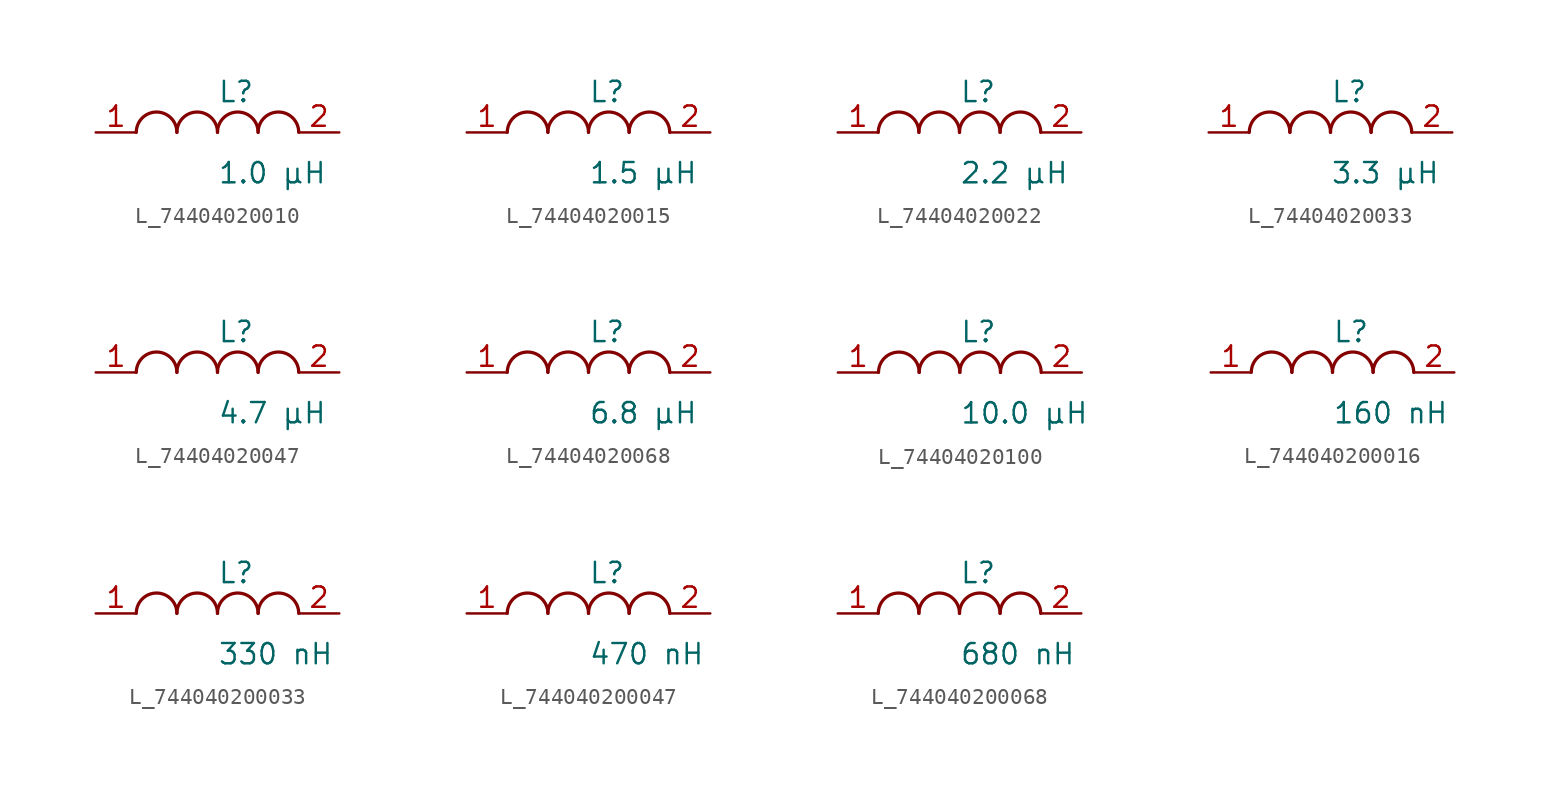
<source format=kicad_sym>
(kicad_symbol_lib
  (version 20231120)
  (generator kicad_symbol_editor)
  (generator_version 8.0)
  (symbol "L_74404020010"
    (pin_names
      (offset 0.254))
    (property "Reference" "L"
      (at 0 2.54 0)
      (effects (font (size 1.27 1.27)) (justify left)))
    (property "Value" "1.0 µH"
      (at 0 -2.54 0)
      (effects (font (size 1.27 1.27)) (justify left)))
    (symbol "L_74404020010_1_1"
      (arc (start -2.54 0.0056) (mid -3.81 1.27) (end -5.08 0.0056) (stroke (width 0.2032) (type default)) (fill (type none)))
      (arc (start 0 0.0056) (mid -1.27 1.27) (end -2.54 0.0056) (stroke (width 0.2032) (type default)) (fill (type none)))
      (arc (start 2.54 0.0056) (mid 1.27 1.27) (end 0 0.0056) (stroke (width 0.2032) (type default)) (fill (type none)))
      (arc (start 5.08 0.0056) (mid 3.81 1.27) (end 2.54 0.0056) (stroke (width 0.2032) (type default)) (fill (type none)))
      (pin passive line (at -7.62 0 0) (length 2.54) (name "" (effects (font (size 1.27 1.27)))) (number "1" (effects (font (size 1.27 1.27)))))
      (pin passive line (at 7.62 0 180) (length 2.54) (name "" (effects (font (size 1.27 1.27)))) (number "2" (effects (font (size 1.27 1.27)))))))
  (symbol "L_74404020015"
    (pin_names
      (offset 0.254))
    (property "Reference" "L"
      (at 0 2.54 0)
      (effects (font (size 1.27 1.27)) (justify left)))
    (property "Value" "1.5 µH"
      (at 0 -2.54 0)
      (effects (font (size 1.27 1.27)) (justify left)))
    (symbol "L_74404020015_1_1"
      (arc (start -2.54 0.0056) (mid -3.81 1.27) (end -5.08 0.0056) (stroke (width 0.2032) (type default)) (fill (type none)))
      (arc (start 0 0.0056) (mid -1.27 1.27) (end -2.54 0.0056) (stroke (width 0.2032) (type default)) (fill (type none)))
      (arc (start 2.54 0.0056) (mid 1.27 1.27) (end 0 0.0056) (stroke (width 0.2032) (type default)) (fill (type none)))
      (arc (start 5.08 0.0056) (mid 3.81 1.27) (end 2.54 0.0056) (stroke (width 0.2032) (type default)) (fill (type none)))
      (pin passive line (at -7.62 0 0) (length 2.54) (name "" (effects (font (size 1.27 1.27)))) (number "1" (effects (font (size 1.27 1.27)))))
      (pin passive line (at 7.62 0 180) (length 2.54) (name "" (effects (font (size 1.27 1.27)))) (number "2" (effects (font (size 1.27 1.27)))))))
  (symbol "L_74404020022"
    (pin_names
      (offset 0.254))
    (property "Reference" "L"
      (at 0 2.54 0)
      (effects (font (size 1.27 1.27)) (justify left)))
    (property "Value" "2.2 µH"
      (at 0 -2.54 0)
      (effects (font (size 1.27 1.27)) (justify left)))
    (symbol "L_74404020022_1_1"
      (arc (start -2.54 0.0056) (mid -3.81 1.27) (end -5.08 0.0056) (stroke (width 0.2032) (type default)) (fill (type none)))
      (arc (start 0 0.0056) (mid -1.27 1.27) (end -2.54 0.0056) (stroke (width 0.2032) (type default)) (fill (type none)))
      (arc (start 2.54 0.0056) (mid 1.27 1.27) (end 0 0.0056) (stroke (width 0.2032) (type default)) (fill (type none)))
      (arc (start 5.08 0.0056) (mid 3.81 1.27) (end 2.54 0.0056) (stroke (width 0.2032) (type default)) (fill (type none)))
      (pin passive line (at -7.62 0 0) (length 2.54) (name "" (effects (font (size 1.27 1.27)))) (number "1" (effects (font (size 1.27 1.27)))))
      (pin passive line (at 7.62 0 180) (length 2.54) (name "" (effects (font (size 1.27 1.27)))) (number "2" (effects (font (size 1.27 1.27)))))))
  (symbol "L_74404020033"
    (pin_names
      (offset 0.254))
    (property "Reference" "L"
      (at 0 2.54 0)
      (effects (font (size 1.27 1.27)) (justify left)))
    (property "Value" "3.3 µH"
      (at 0 -2.54 0)
      (effects (font (size 1.27 1.27)) (justify left)))
    (symbol "L_74404020033_1_1"
      (arc (start -2.54 0.0056) (mid -3.81 1.27) (end -5.08 0.0056) (stroke (width 0.2032) (type default)) (fill (type none)))
      (arc (start 0 0.0056) (mid -1.27 1.27) (end -2.54 0.0056) (stroke (width 0.2032) (type default)) (fill (type none)))
      (arc (start 2.54 0.0056) (mid 1.27 1.27) (end 0 0.0056) (stroke (width 0.2032) (type default)) (fill (type none)))
      (arc (start 5.08 0.0056) (mid 3.81 1.27) (end 2.54 0.0056) (stroke (width 0.2032) (type default)) (fill (type none)))
      (pin passive line (at -7.62 0 0) (length 2.54) (name "" (effects (font (size 1.27 1.27)))) (number "1" (effects (font (size 1.27 1.27)))))
      (pin passive line (at 7.62 0 180) (length 2.54) (name "" (effects (font (size 1.27 1.27)))) (number "2" (effects (font (size 1.27 1.27)))))))
  (symbol "L_74404020047"
    (pin_names
      (offset 0.254))
    (property "Reference" "L"
      (at 0 2.54 0)
      (effects (font (size 1.27 1.27)) (justify left)))
    (property "Value" "4.7 µH"
      (at 0 -2.54 0)
      (effects (font (size 1.27 1.27)) (justify left)))
    (symbol "L_74404020047_1_1"
      (arc (start -2.54 0.0056) (mid -3.81 1.27) (end -5.08 0.0056) (stroke (width 0.2032) (type default)) (fill (type none)))
      (arc (start 0 0.0056) (mid -1.27 1.27) (end -2.54 0.0056) (stroke (width 0.2032) (type default)) (fill (type none)))
      (arc (start 2.54 0.0056) (mid 1.27 1.27) (end 0 0.0056) (stroke (width 0.2032) (type default)) (fill (type none)))
      (arc (start 5.08 0.0056) (mid 3.81 1.27) (end 2.54 0.0056) (stroke (width 0.2032) (type default)) (fill (type none)))
      (pin passive line (at -7.62 0 0) (length 2.54) (name "" (effects (font (size 1.27 1.27)))) (number "1" (effects (font (size 1.27 1.27)))))
      (pin passive line (at 7.62 0 180) (length 2.54) (name "" (effects (font (size 1.27 1.27)))) (number "2" (effects (font (size 1.27 1.27)))))))
  (symbol "L_74404020068"
    (pin_names
      (offset 0.254))
    (property "Reference" "L"
      (at 0 2.54 0)
      (effects (font (size 1.27 1.27)) (justify left)))
    (property "Value" "6.8 µH"
      (at 0 -2.54 0)
      (effects (font (size 1.27 1.27)) (justify left)))
    (symbol "L_74404020068_1_1"
      (arc (start -2.54 0.0056) (mid -3.81 1.27) (end -5.08 0.0056) (stroke (width 0.2032) (type default)) (fill (type none)))
      (arc (start 0 0.0056) (mid -1.27 1.27) (end -2.54 0.0056) (stroke (width 0.2032) (type default)) (fill (type none)))
      (arc (start 2.54 0.0056) (mid 1.27 1.27) (end 0 0.0056) (stroke (width 0.2032) (type default)) (fill (type none)))
      (arc (start 5.08 0.0056) (mid 3.81 1.27) (end 2.54 0.0056) (stroke (width 0.2032) (type default)) (fill (type none)))
      (pin passive line (at -7.62 0 0) (length 2.54) (name "" (effects (font (size 1.27 1.27)))) (number "1" (effects (font (size 1.27 1.27)))))
      (pin passive line (at 7.62 0 180) (length 2.54) (name "" (effects (font (size 1.27 1.27)))) (number "2" (effects (font (size 1.27 1.27)))))))
  (symbol "L_74404020100"
    (pin_names
      (offset 0.254))
    (property "Reference" "L"
      (at 0 2.54 0)
      (effects (font (size 1.27 1.27)) (justify left)))
    (property "Value" "10.0 µH"
      (at 0 -2.54 0)
      (effects (font (size 1.27 1.27)) (justify left)))
    (symbol "L_74404020100_1_1"
      (arc (start -2.54 0.0056) (mid -3.81 1.27) (end -5.08 0.0056) (stroke (width 0.2032) (type default)) (fill (type none)))
      (arc (start 0 0.0056) (mid -1.27 1.27) (end -2.54 0.0056) (stroke (width 0.2032) (type default)) (fill (type none)))
      (arc (start 2.54 0.0056) (mid 1.27 1.27) (end 0 0.0056) (stroke (width 0.2032) (type default)) (fill (type none)))
      (arc (start 5.08 0.0056) (mid 3.81 1.27) (end 2.54 0.0056) (stroke (width 0.2032) (type default)) (fill (type none)))
      (pin passive line (at -7.62 0 0) (length 2.54) (name "" (effects (font (size 1.27 1.27)))) (number "1" (effects (font (size 1.27 1.27)))))
      (pin passive line (at 7.62 0 180) (length 2.54) (name "" (effects (font (size 1.27 1.27)))) (number "2" (effects (font (size 1.27 1.27)))))))
  (symbol "L_744040200016"
    (pin_names
      (offset 0.254))
    (property "Reference" "L"
      (at 0 2.54 0)
      (effects (font (size 1.27 1.27)) (justify left)))
    (property "Value" "160 nH"
      (at 0 -2.54 0)
      (effects (font (size 1.27 1.27)) (justify left)))
    (symbol "L_744040200016_1_1"
      (arc (start -2.54 0.0056) (mid -3.81 1.27) (end -5.08 0.0056) (stroke (width 0.2032) (type default)) (fill (type none)))
      (arc (start 0 0.0056) (mid -1.27 1.27) (end -2.54 0.0056) (stroke (width 0.2032) (type default)) (fill (type none)))
      (arc (start 2.54 0.0056) (mid 1.27 1.27) (end 0 0.0056) (stroke (width 0.2032) (type default)) (fill (type none)))
      (arc (start 5.08 0.0056) (mid 3.81 1.27) (end 2.54 0.0056) (stroke (width 0.2032) (type default)) (fill (type none)))
      (pin passive line (at -7.62 0 0) (length 2.54) (name "" (effects (font (size 1.27 1.27)))) (number "1" (effects (font (size 1.27 1.27)))))
      (pin passive line (at 7.62 0 180) (length 2.54) (name "" (effects (font (size 1.27 1.27)))) (number "2" (effects (font (size 1.27 1.27)))))))
  (symbol "L_744040200033"
    (pin_names
      (offset 0.254))
    (property "Reference" "L"
      (at 0 2.54 0)
      (effects (font (size 1.27 1.27)) (justify left)))
    (property "Value" "330 nH"
      (at 0 -2.54 0)
      (effects (font (size 1.27 1.27)) (justify left)))
    (symbol "L_744040200033_1_1"
      (arc (start -2.54 0.0056) (mid -3.81 1.27) (end -5.08 0.0056) (stroke (width 0.2032) (type default)) (fill (type none)))
      (arc (start 0 0.0056) (mid -1.27 1.27) (end -2.54 0.0056) (stroke (width 0.2032) (type default)) (fill (type none)))
      (arc (start 2.54 0.0056) (mid 1.27 1.27) (end 0 0.0056) (stroke (width 0.2032) (type default)) (fill (type none)))
      (arc (start 5.08 0.0056) (mid 3.81 1.27) (end 2.54 0.0056) (stroke (width 0.2032) (type default)) (fill (type none)))
      (pin passive line (at -7.62 0 0) (length 2.54) (name "" (effects (font (size 1.27 1.27)))) (number "1" (effects (font (size 1.27 1.27)))))
      (pin passive line (at 7.62 0 180) (length 2.54) (name "" (effects (font (size 1.27 1.27)))) (number "2" (effects (font (size 1.27 1.27)))))))
  (symbol "L_744040200047"
    (pin_names
      (offset 0.254))
    (property "Reference" "L"
      (at 0 2.54 0)
      (effects (font (size 1.27 1.27)) (justify left)))
    (property "Value" "470 nH"
      (at 0 -2.54 0)
      (effects (font (size 1.27 1.27)) (justify left)))
    (symbol "L_744040200047_1_1"
      (arc (start -2.54 0.0056) (mid -3.81 1.27) (end -5.08 0.0056) (stroke (width 0.2032) (type default)) (fill (type none)))
      (arc (start 0 0.0056) (mid -1.27 1.27) (end -2.54 0.0056) (stroke (width 0.2032) (type default)) (fill (type none)))
      (arc (start 2.54 0.0056) (mid 1.27 1.27) (end 0 0.0056) (stroke (width 0.2032) (type default)) (fill (type none)))
      (arc (start 5.08 0.0056) (mid 3.81 1.27) (end 2.54 0.0056) (stroke (width 0.2032) (type default)) (fill (type none)))
      (pin passive line (at -7.62 0 0) (length 2.54) (name "" (effects (font (size 1.27 1.27)))) (number "1" (effects (font (size 1.27 1.27)))))
      (pin passive line (at 7.62 0 180) (length 2.54) (name "" (effects (font (size 1.27 1.27)))) (number "2" (effects (font (size 1.27 1.27)))))))
  (symbol "L_744040200068"
    (pin_names
      (offset 0.254))
    (property "Reference" "L"
      (at 0 2.54 0)
      (effects (font (size 1.27 1.27)) (justify left)))
    (property "Value" "680 nH"
      (at 0 -2.54 0)
      (effects (font (size 1.27 1.27)) (justify left)))
    (symbol "L_744040200068_1_1"
      (arc (start -2.54 0.0056) (mid -3.81 1.27) (end -5.08 0.0056) (stroke (width 0.2032) (type default)) (fill (type none)))
      (arc (start 0 0.0056) (mid -1.27 1.27) (end -2.54 0.0056) (stroke (width 0.2032) (type default)) (fill (type none)))
      (arc (start 2.54 0.0056) (mid 1.27 1.27) (end 0 0.0056) (stroke (width 0.2032) (type default)) (fill (type none)))
      (arc (start 5.08 0.0056) (mid 3.81 1.27) (end 2.54 0.0056) (stroke (width 0.2032) (type default)) (fill (type none)))
      (pin passive line (at -7.62 0 0) (length 2.54) (name "" (effects (font (size 1.27 1.27)))) (number "1" (effects (font (size 1.27 1.27)))))
      (pin passive line (at 7.62 0 180) (length 2.54) (name "" (effects (font (size 1.27 1.27)))) (number "2" (effects (font (size 1.27 1.27))))))))
</source>
